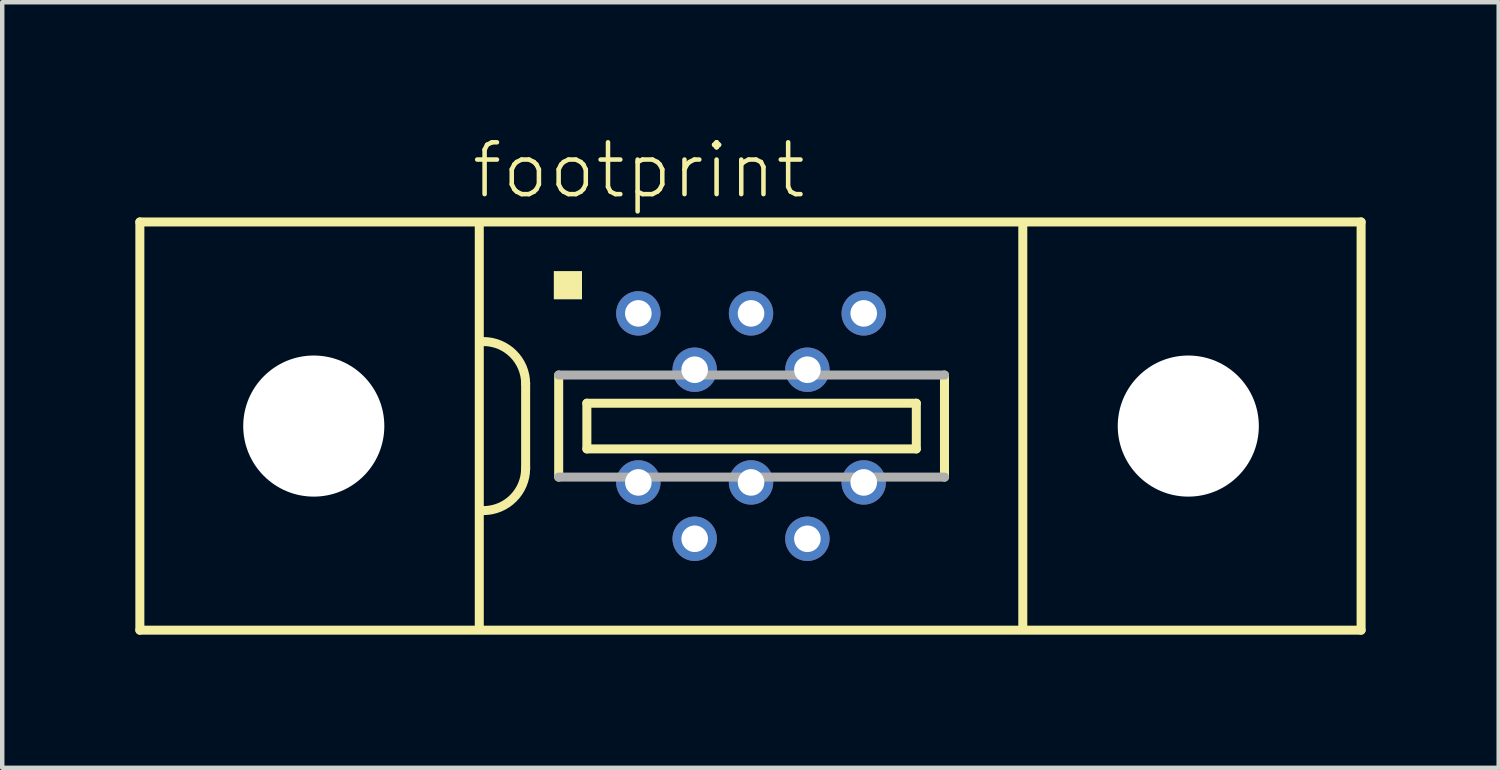
<source format=kicad_pcb>
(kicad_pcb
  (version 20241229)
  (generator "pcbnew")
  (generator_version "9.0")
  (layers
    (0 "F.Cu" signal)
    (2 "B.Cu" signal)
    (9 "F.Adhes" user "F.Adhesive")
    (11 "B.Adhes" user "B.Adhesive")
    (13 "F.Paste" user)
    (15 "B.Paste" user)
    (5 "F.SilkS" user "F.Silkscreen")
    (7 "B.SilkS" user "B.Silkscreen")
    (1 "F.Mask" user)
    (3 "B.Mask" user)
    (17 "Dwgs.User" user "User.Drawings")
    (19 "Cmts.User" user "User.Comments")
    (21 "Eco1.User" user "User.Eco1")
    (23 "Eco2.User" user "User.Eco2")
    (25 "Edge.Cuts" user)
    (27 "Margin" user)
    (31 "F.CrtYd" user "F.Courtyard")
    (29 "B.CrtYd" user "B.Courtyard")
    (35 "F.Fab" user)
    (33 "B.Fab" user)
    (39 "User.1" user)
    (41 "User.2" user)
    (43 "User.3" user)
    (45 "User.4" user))
  (footprint "footprint"
    (layer "F.Cu")
    (at 13.877 6.553)
    (property "Reference" "footprint" (at -6.35 -5.08 0) (layer "F.SilkS") (effects (font (size 1.168 1.168) (thickness 0.102)) (justify left bottom)))
    (fp_line (start -13.775 -4.6) (end -13.775 4.6) (stroke (width 0.203) (type solid)) (layer "F.SilkS"))
    (fp_line (start -13.775 4.6) (end 13.75 4.6) (stroke (width 0.203) (type solid)) (layer "F.SilkS"))
    (fp_line (start -6.125 -4.55) (end -6.125 4.55) (stroke (width 0.203) (type solid)) (layer "F.SilkS"))
    (fp_line (start -5.08 -0.953) (end -5.08 0.953) (stroke (width 0.203) (type solid)) (layer "F.SilkS"))
    (fp_line (start -4.335 -1.15) (end -4.335 1.15) (stroke (width 0.203) (type solid)) (layer "F.SilkS"))
    (fp_line (start -3.7 -0.515) (end -3.7 0.515) (stroke (width 0.203) (type solid)) (layer "F.SilkS"))
    (fp_line (start -3.7 0.515) (end 3.725 0.515) (stroke (width 0.203) (type solid)) (layer "F.SilkS"))
    (fp_line (start 3.725 -0.515) (end -3.7 -0.515) (stroke (width 0.203) (type solid)) (layer "F.SilkS"))
    (fp_line (start 3.725 0.515) (end 3.725 -0.515) (stroke (width 0.203) (type solid)) (layer "F.SilkS"))
    (fp_line (start 4.36 1.15) (end 4.36 -1.15) (stroke (width 0.203) (type solid)) (layer "F.SilkS"))
    (fp_line (start 6.125 4.55) (end 6.125 -4.55) (stroke (width 0.203) (type solid)) (layer "F.SilkS"))
    (fp_line (start 13.75 -4.6) (end -13.775 -4.6) (stroke (width 0.203) (type solid)) (layer "F.SilkS"))
    (fp_line (start 13.75 4.6) (end 13.75 -4.6) (stroke (width 0.203) (type solid)) (layer "F.SilkS"))
    (fp_arc (start -6.0325 -1.905) (mid -5.358981 -1.626019) (end -5.08 -0.9525) (stroke (width 0.2032) (type solid)) (layer "F.SilkS"))
    (fp_arc (start -5.08 0.9525) (mid -5.35901 1.625989) (end -6.032499 1.904999) (stroke (width 0.2032) (type solid)) (layer "F.SilkS"))
    (fp_poly (pts (xy -4.445 -2.857) (xy -3.81 -2.857) (xy -3.81 -3.493) (xy -4.445 -3.493)) (stroke (width 0) (type solid)) (fill yes) (layer "F.SilkS"))
    (fp_line (start -4.335 1.15) (end 4.36 1.15) (stroke (width 0.203) (type solid)) (layer "F.Fab"))
    (fp_line (start 4.36 -1.15) (end -4.335 -1.15) (stroke (width 0.203) (type solid)) (layer "F.Fab"))
    (pad "" np_thru_hole circle (at -9.855 0) (size 3.18 3.18) (drill 3.18) (layers "*.Cu" "*.Mask"))
    (pad "" np_thru_hole circle (at 9.855 0) (size 3.18 3.18) (drill 3.18) (layers "*.Cu" "*.Mask"))
    (pad "1" thru_hole circle (at -2.54 -2.54) (size 1 1) (drill 0.6) (layers "*.Cu" "*.Mask"))
    (pad "2" thru_hole circle (at -1.27 -1.27) (size 1 1) (drill 0.6) (layers "*.Cu" "*.Mask"))
    (pad "3" thru_hole circle (at 0 -2.54) (size 1 1) (drill 0.6) (layers "*.Cu" "*.Mask"))
    (pad "4" thru_hole circle (at 1.27 -1.27) (size 1 1) (drill 0.6) (layers "*.Cu" "*.Mask"))
    (pad "5" thru_hole circle (at 2.54 -2.54) (size 1 1) (drill 0.6) (layers "*.Cu" "*.Mask"))
    (pad "6" thru_hole circle (at -2.54 1.27 180) (size 1 1) (drill 0.6) (layers "*.Cu" "*.Mask"))
    (pad "7" thru_hole circle (at -1.27 2.54 180) (size 1 1) (drill 0.6) (layers "*.Cu" "*.Mask"))
    (pad "8" thru_hole circle (at 0 1.27 180) (size 1 1) (drill 0.6) (layers "*.Cu" "*.Mask"))
    (pad "9" thru_hole circle (at 1.27 2.54 180) (size 1 1) (drill 0.6) (layers "*.Cu" "*.Mask"))
    (pad "10" thru_hole circle (at 2.54 1.27 180) (size 1 1) (drill 0.6) (layers "*.Cu" "*.Mask")))
  (gr_rect
    (start -3 -3)
    (end 30.728 14.255)
    (stroke (width 0.1) (type default))
    (fill no)
    (layer "Edge.Cuts")))
</source>
